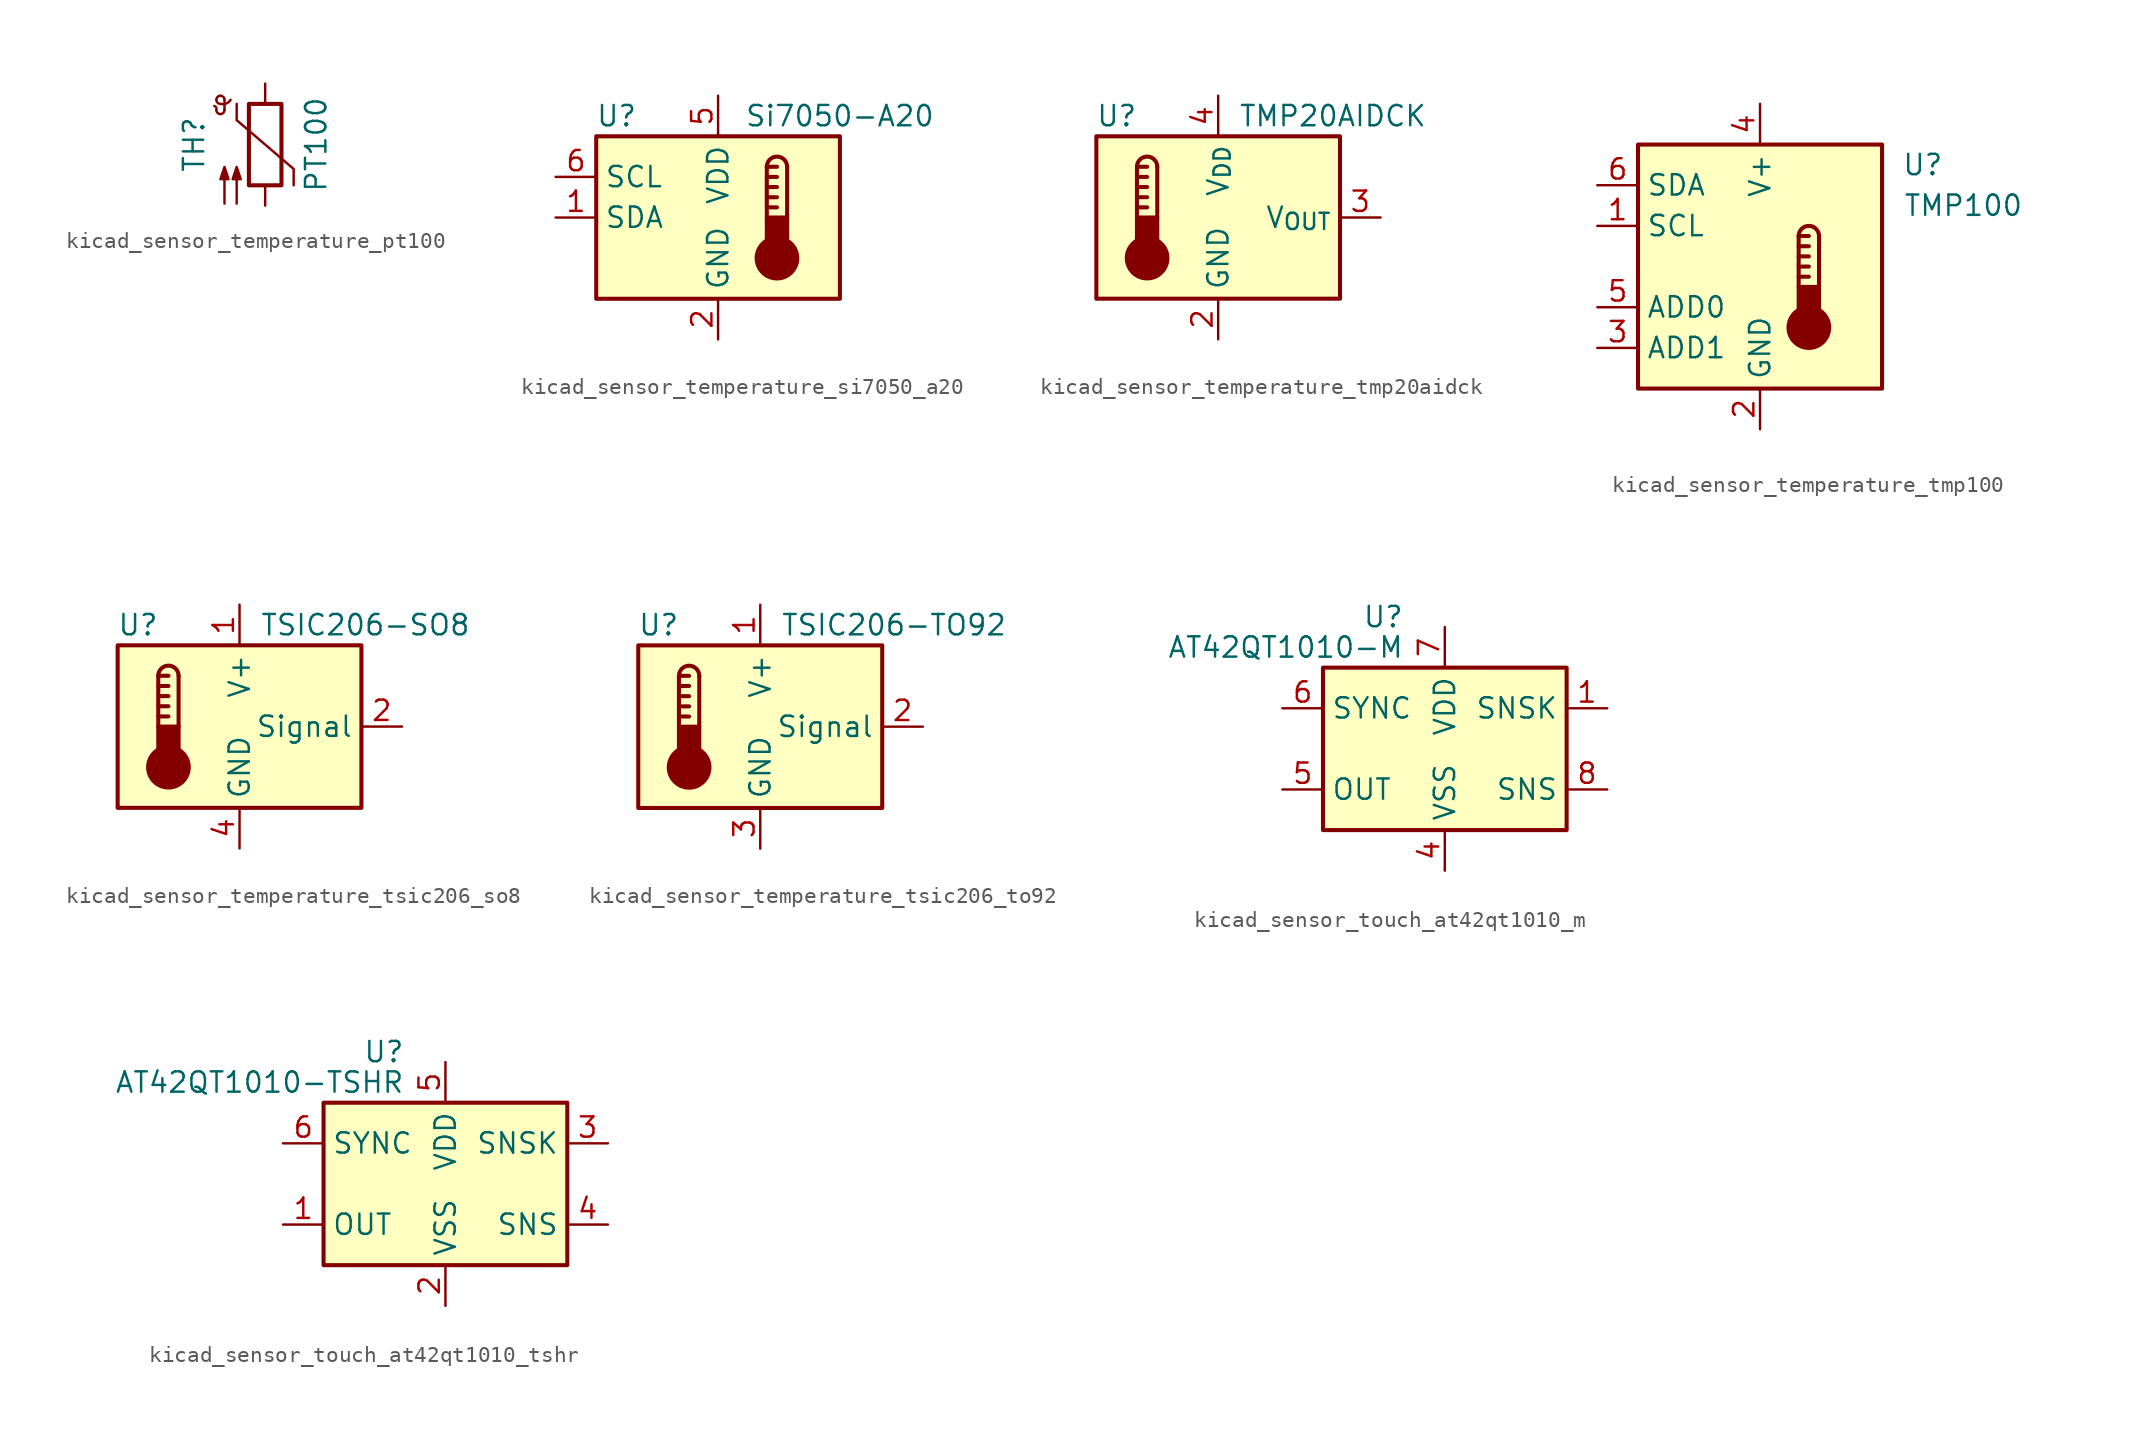
<source format=kicad_sym>
(kicad_symbol_lib
  (version 20220914)
  (generator kicad_symbol_editor)
  (symbol "kicad_sensor_temperature_pt100"
    (pin_numbers hide)
    (pin_names
      (offset 0))
    (property "Reference" "TH"
      (at -4.445 0 90)
      (effects (font (size 1.27 1.27))))
    (property "Value" "PT100"
      (at 3.175 0 90)
      (effects (font (size 1.27 1.27))))
    (symbol "kicad_sensor_temperature_pt100_0_1"
      (arc (start -3.048 2.159) (mid -3.0495 2.3143) (end -3.175 2.413) (stroke (width 0) (type default)) (fill (type none)))
      (arc (start -3.048 2.159) (mid -2.9736 1.9794) (end -2.794 1.905) (stroke (width 0) (type default)) (fill (type none)))
      (arc (start -3.048 2.794) (mid -2.9736 2.6144) (end -2.794 2.54) (stroke (width 0) (type default)) (fill (type none)))
      (arc (start -2.794 1.905) (mid -2.6144 1.9794) (end -2.54 2.159) (stroke (width 0) (type default)) (fill (type none)))
      (arc (start -2.794 2.54) (mid -2.4393 2.5587) (end -2.159 2.794) (stroke (width 0) (type default)) (fill (type none)))
      (arc (start -2.794 3.048) (mid -2.9736 2.9736) (end -3.048 2.794) (stroke (width 0) (type default)) (fill (type none)))
      (arc (start -2.54 2.794) (mid -2.6144 2.9736) (end -2.794 3.048) (stroke (width 0) (type default)) (fill (type none)))
      (rectangle (start -1.016 2.54) (end 1.016 -2.54) (stroke (width 0.254) (type default)) (fill (type none)))
      (polyline (pts (xy -2.54 2.159) (xy -2.54 2.794)) (stroke (width 0) (type default)) (fill (type none)))
      (polyline (pts (xy -1.778 2.54) (xy -1.778 1.524) (xy 1.778 -1.524) (xy 1.778 -2.54)) (stroke (width 0) (type default)) (fill (type none)))
      (polyline (pts (xy -2.54 -3.683) (xy -2.54 -1.397) (xy -2.794 -2.159) (xy -2.286 -2.159) (xy -2.54 -1.397) (xy -2.54 -1.651)) (stroke (width 0) (type default)) (fill (type outline)))
      (polyline (pts (xy -1.778 -3.683) (xy -1.778 -1.397) (xy -2.032 -2.159) (xy -1.524 -2.159) (xy -1.778 -1.397) (xy -1.778 -1.651)) (stroke (width 0) (type default)) (fill (type outline))))
    (symbol "kicad_sensor_temperature_pt100_1_1"
      (pin passive line (at 0 3.81 270) (length 1.27) (name "~" (effects (font (size 1.27 1.27)))) (number "1" (effects (font (size 1.27 1.27)))))
      (pin passive line (at 0 -3.81 90) (length 1.27) (name "~" (effects (font (size 1.27 1.27)))) (number "2" (effects (font (size 1.27 1.27)))))))
  (symbol "kicad_sensor_temperature_si7050_a20"
    (property "Reference" "U"
      (at -6.35 6.35 0)
      (effects (font (size 1.27 1.27))))
    (property "Value" "Si7050-A20"
      (at 7.62 6.35 0)
      (effects (font (size 1.27 1.27))))
    (symbol "kicad_sensor_temperature_si7050_a20_0_1"
      (rectangle (start -7.62 5.08) (end 7.62 -5.08) (stroke (width 0.254) (type default)) (fill (type background))))
    (symbol "kicad_sensor_temperature_si7050_a20_1_1"
      (polyline (pts (xy 3.048 0.635) (xy 3.683 0.635)) (stroke (width 0.254) (type default)) (fill (type none)))
      (polyline (pts (xy 3.048 1.27) (xy 3.683 1.27)) (stroke (width 0.254) (type default)) (fill (type none)))
      (polyline (pts (xy 3.048 1.905) (xy 3.683 1.905)) (stroke (width 0.254) (type default)) (fill (type none)))
      (polyline (pts (xy 3.048 2.54) (xy 3.683 2.54)) (stroke (width 0.254) (type default)) (fill (type none)))
      (polyline (pts (xy 3.048 3.175) (xy 3.048 0)) (stroke (width 0.254) (type default)) (fill (type none)))
      (polyline (pts (xy 3.048 3.175) (xy 3.683 3.175)) (stroke (width 0.254) (type default)) (fill (type none)))
      (polyline (pts (xy 4.318 3.175) (xy 4.318 0)) (stroke (width 0.254) (type default)) (fill (type none)))
      (circle (center 3.683 -2.54) (radius 1.27) (stroke (width 0.254) (type default)) (fill (type outline)))
      (rectangle (start 4.318 -1.905) (end 3.048 0) (stroke (width 0.254) (type default)) (fill (type outline)))
      (arc (start 4.318 3.175) (mid 3.683 3.8073) (end 3.048 3.175) (stroke (width 0.254) (type default)) (fill (type none)))
      (pin bidirectional line (at -10.16 0 0) (length 2.54) (name "SDA" (effects (font (size 1.27 1.27)))) (number "1" (effects (font (size 1.27 1.27)))))
      (pin power_in line (at 0 -7.62 90) (length 2.54) (name "GND" (effects (font (size 1.27 1.27)))) (number "2" (effects (font (size 1.27 1.27)))))
      (pin no_connect line (at 7.62 2.54 180) (length 2.54) hide (name "NC" (effects (font (size 1.27 1.27)))) (number "3" (effects (font (size 1.27 1.27)))))
      (pin no_connect line (at 7.62 -2.54 180) (length 2.54) hide (name "NC" (effects (font (size 1.27 1.27)))) (number "4" (effects (font (size 1.27 1.27)))))
      (pin power_in line (at 0 7.62 270) (length 2.54) (name "VDD" (effects (font (size 1.27 1.27)))) (number "5" (effects (font (size 1.27 1.27)))))
      (pin input line (at -10.16 2.54 0) (length 2.54) (name "SCL" (effects (font (size 1.27 1.27)))) (number "6" (effects (font (size 1.27 1.27)))))))
  (symbol "kicad_sensor_temperature_tmp20aidck"
    (property "Reference" "U"
      (at -6.35 6.35 0)
      (effects (font (size 1.27 1.27))))
    (property "Value" "TMP20AIDCK"
      (at 1.27 6.35 0)
      (effects (font (size 1.27 1.27)) (justify left)))
    (symbol "kicad_sensor_temperature_tmp20aidck_0_1"
      (rectangle (start -7.62 5.08) (end 7.62 -5.08) (stroke (width 0.254) (type default)) (fill (type background)))
      (circle (center -4.445 -2.54) (radius 1.27) (stroke (width 0.254) (type default)) (fill (type outline)))
      (rectangle (start -3.81 -1.905) (end -5.08 0) (stroke (width 0.254) (type default)) (fill (type outline)))
      (arc (start -3.81 3.175) (mid -4.445 3.8073) (end -5.08 3.175) (stroke (width 0.254) (type default)) (fill (type none)))
      (polyline (pts (xy -5.08 0.635) (xy -4.445 0.635)) (stroke (width 0.254) (type default)) (fill (type none)))
      (polyline (pts (xy -5.08 1.27) (xy -4.445 1.27)) (stroke (width 0.254) (type default)) (fill (type none)))
      (polyline (pts (xy -5.08 1.905) (xy -4.445 1.905)) (stroke (width 0.254) (type default)) (fill (type none)))
      (polyline (pts (xy -5.08 2.54) (xy -4.445 2.54)) (stroke (width 0.254) (type default)) (fill (type none)))
      (polyline (pts (xy -5.08 3.175) (xy -5.08 0)) (stroke (width 0.254) (type default)) (fill (type none)))
      (polyline (pts (xy -5.08 3.175) (xy -4.445 3.175)) (stroke (width 0.254) (type default)) (fill (type none)))
      (polyline (pts (xy -3.81 3.175) (xy -3.81 0)) (stroke (width 0.254) (type default)) (fill (type none))))
    (symbol "kicad_sensor_temperature_tmp20aidck_1_1"
      (pin no_connect line (at 10.16 -2.54 180) (length 2.54) hide (name "NC" (effects (font (size 1.27 1.27)))) (number "1" (effects (font (size 1.27 1.27)))))
      (pin power_in line (at 0 -7.62 90) (length 2.54) (name "GND" (effects (font (size 1.27 1.27)))) (number "2" (effects (font (size 1.27 1.27)))))
      (pin output line (at 10.16 0 180) (length 2.54) (name "V_{OUT}" (effects (font (size 1.27 1.27)))) (number "3" (effects (font (size 1.27 1.27)))))
      (pin power_in line (at 0 7.62 270) (length 2.54) (name "V_{DD}" (effects (font (size 1.27 1.27)))) (number "4" (effects (font (size 1.27 1.27)))))
      (pin passive line (at 0 -7.62 90) (length 2.54) hide (name "GND" (effects (font (size 1.27 1.27)))) (number "5" (effects (font (size 1.27 1.27)))))))
  (symbol "kicad_sensor_temperature_tmp100"
    (property "Reference" "U"
      (at 10.16 6.35 0)
      (effects (font (size 1.27 1.27))))
    (property "Value" "TMP100"
      (at 12.7 3.81 0)
      (effects (font (size 1.27 1.27))))
    (symbol "kicad_sensor_temperature_tmp100_0_1"
      (rectangle (start -7.62 7.62) (end 7.62 -7.62) (stroke (width 0.254) (type default)) (fill (type background))))
    (symbol "kicad_sensor_temperature_tmp100_1_1"
      (polyline (pts (xy 2.413 -0.635) (xy 3.048 -0.635)) (stroke (width 0.254) (type default)) (fill (type none)))
      (polyline (pts (xy 2.413 0) (xy 3.048 0)) (stroke (width 0.254) (type default)) (fill (type none)))
      (polyline (pts (xy 2.413 0.635) (xy 3.048 0.635)) (stroke (width 0.254) (type default)) (fill (type none)))
      (polyline (pts (xy 2.413 1.27) (xy 3.048 1.27)) (stroke (width 0.254) (type default)) (fill (type none)))
      (polyline (pts (xy 2.413 1.905) (xy 2.413 -1.27)) (stroke (width 0.254) (type default)) (fill (type none)))
      (polyline (pts (xy 2.413 1.905) (xy 3.048 1.905)) (stroke (width 0.254) (type default)) (fill (type none)))
      (polyline (pts (xy 3.683 1.905) (xy 3.683 -1.27)) (stroke (width 0.254) (type default)) (fill (type none)))
      (circle (center 3.048 -3.81) (radius 1.27) (stroke (width 0.254) (type default)) (fill (type outline)))
      (rectangle (start 3.683 -3.175) (end 2.413 -1.27) (stroke (width 0.254) (type default)) (fill (type outline)))
      (arc (start 3.683 1.905) (mid 3.048 2.5373) (end 2.413 1.905) (stroke (width 0.254) (type default)) (fill (type none)))
      (pin input line (at -10.16 2.54 0) (length 2.54) (name "SCL" (effects (font (size 1.27 1.27)))) (number "1" (effects (font (size 1.27 1.27)))))
      (pin power_in line (at 0 -10.16 90) (length 2.54) (name "GND" (effects (font (size 1.27 1.27)))) (number "2" (effects (font (size 1.27 1.27)))))
      (pin input line (at -10.16 -5.08 0) (length 2.54) (name "ADD1" (effects (font (size 1.27 1.27)))) (number "3" (effects (font (size 1.27 1.27)))))
      (pin power_in line (at 0 10.16 270) (length 2.54) (name "V+" (effects (font (size 1.27 1.27)))) (number "4" (effects (font (size 1.27 1.27)))))
      (pin input line (at -10.16 -2.54 0) (length 2.54) (name "ADD0" (effects (font (size 1.27 1.27)))) (number "5" (effects (font (size 1.27 1.27)))))
      (pin bidirectional line (at -10.16 5.08 0) (length 2.54) (name "SDA" (effects (font (size 1.27 1.27)))) (number "6" (effects (font (size 1.27 1.27)))))))
  (symbol "kicad_sensor_temperature_tsic206_so8"
    (property "Reference" "U"
      (at -6.35 6.35 0)
      (effects (font (size 1.27 1.27))))
    (property "Value" "TSIC206-SO8"
      (at 1.27 6.35 0)
      (effects (font (size 1.27 1.27)) (justify left)))
    (symbol "kicad_sensor_temperature_tsic206_so8_0_1"
      (rectangle (start -7.62 5.08) (end 7.62 -5.08) (stroke (width 0.254) (type default)) (fill (type background)))
      (circle (center -4.445 -2.54) (radius 1.27) (stroke (width 0.254) (type default)) (fill (type outline)))
      (rectangle (start -3.81 -1.905) (end -5.08 0) (stroke (width 0.254) (type default)) (fill (type outline)))
      (arc (start -3.81 3.175) (mid -4.445 3.8073) (end -5.08 3.175) (stroke (width 0.254) (type default)) (fill (type none)))
      (polyline (pts (xy -5.08 0.635) (xy -4.445 0.635)) (stroke (width 0.254) (type default)) (fill (type none)))
      (polyline (pts (xy -5.08 1.27) (xy -4.445 1.27)) (stroke (width 0.254) (type default)) (fill (type none)))
      (polyline (pts (xy -5.08 1.905) (xy -4.445 1.905)) (stroke (width 0.254) (type default)) (fill (type none)))
      (polyline (pts (xy -5.08 2.54) (xy -4.445 2.54)) (stroke (width 0.254) (type default)) (fill (type none)))
      (polyline (pts (xy -5.08 3.175) (xy -5.08 0)) (stroke (width 0.254) (type default)) (fill (type none)))
      (polyline (pts (xy -5.08 3.175) (xy -4.445 3.175)) (stroke (width 0.254) (type default)) (fill (type none)))
      (polyline (pts (xy -3.81 3.175) (xy -3.81 0)) (stroke (width 0.254) (type default)) (fill (type none))))
    (symbol "kicad_sensor_temperature_tsic206_so8_1_1"
      (pin power_in line (at 0 7.62 270) (length 2.54) (name "V+" (effects (font (size 1.27 1.27)))) (number "1" (effects (font (size 1.27 1.27)))))
      (pin output line (at 10.16 0 180) (length 2.54) (name "Signal" (effects (font (size 1.27 1.27)))) (number "2" (effects (font (size 1.27 1.27)))))
      (pin no_connect line (at 7.62 -2.54 180) (length 2.54) hide (name "NC" (effects (font (size 1.27 1.27)))) (number "3" (effects (font (size 1.27 1.27)))))
      (pin power_in line (at 0 -7.62 90) (length 2.54) (name "GND" (effects (font (size 1.27 1.27)))) (number "4" (effects (font (size 1.27 1.27)))))
      (pin no_connect line (at -5.08 -5.08 90) (length 2.54) hide (name "NC" (effects (font (size 1.27 1.27)))) (number "5" (effects (font (size 1.27 1.27)))))
      (pin no_connect line (at -2.54 -5.08 90) (length 2.54) hide (name "NC" (effects (font (size 1.27 1.27)))) (number "6" (effects (font (size 1.27 1.27)))))
      (pin no_connect line (at 2.54 -5.08 90) (length 2.54) hide (name "NC" (effects (font (size 1.27 1.27)))) (number "7" (effects (font (size 1.27 1.27)))))
      (pin no_connect line (at 5.08 -5.08 90) (length 2.54) hide (name "NC" (effects (font (size 1.27 1.27)))) (number "8" (effects (font (size 1.27 1.27)))))))
  (symbol "kicad_sensor_temperature_tsic206_to92"
    (property "Reference" "U"
      (at -6.35 6.35 0)
      (effects (font (size 1.27 1.27))))
    (property "Value" "TSIC206-TO92"
      (at 1.27 6.35 0)
      (effects (font (size 1.27 1.27)) (justify left)))
    (symbol "kicad_sensor_temperature_tsic206_to92_0_1"
      (rectangle (start -7.62 5.08) (end 7.62 -5.08) (stroke (width 0.254) (type default)) (fill (type background)))
      (circle (center -4.445 -2.54) (radius 1.27) (stroke (width 0.254) (type default)) (fill (type outline)))
      (rectangle (start -3.81 -1.905) (end -5.08 0) (stroke (width 0.254) (type default)) (fill (type outline)))
      (arc (start -3.81 3.175) (mid -4.445 3.8073) (end -5.08 3.175) (stroke (width 0.254) (type default)) (fill (type none)))
      (polyline (pts (xy -5.08 0.635) (xy -4.445 0.635)) (stroke (width 0.254) (type default)) (fill (type none)))
      (polyline (pts (xy -5.08 1.27) (xy -4.445 1.27)) (stroke (width 0.254) (type default)) (fill (type none)))
      (polyline (pts (xy -5.08 1.905) (xy -4.445 1.905)) (stroke (width 0.254) (type default)) (fill (type none)))
      (polyline (pts (xy -5.08 2.54) (xy -4.445 2.54)) (stroke (width 0.254) (type default)) (fill (type none)))
      (polyline (pts (xy -5.08 3.175) (xy -5.08 0)) (stroke (width 0.254) (type default)) (fill (type none)))
      (polyline (pts (xy -5.08 3.175) (xy -4.445 3.175)) (stroke (width 0.254) (type default)) (fill (type none)))
      (polyline (pts (xy -3.81 3.175) (xy -3.81 0)) (stroke (width 0.254) (type default)) (fill (type none))))
    (symbol "kicad_sensor_temperature_tsic206_to92_1_1"
      (pin power_in line (at 0 7.62 270) (length 2.54) (name "V+" (effects (font (size 1.27 1.27)))) (number "1" (effects (font (size 1.27 1.27)))))
      (pin output line (at 10.16 0 180) (length 2.54) (name "Signal" (effects (font (size 1.27 1.27)))) (number "2" (effects (font (size 1.27 1.27)))))
      (pin power_in line (at 0 -7.62 90) (length 2.54) (name "GND" (effects (font (size 1.27 1.27)))) (number "3" (effects (font (size 1.27 1.27)))))))
  (symbol "kicad_sensor_touch_at42qt1010_m"
    (property "Reference" "U"
      (at -2.54 8.255 0)
      (effects (font (size 1.27 1.27)) (justify right)))
    (property "Value" "AT42QT1010-M"
      (at -2.54 6.35 0)
      (effects (font (size 1.27 1.27)) (justify right)))
    (symbol "kicad_sensor_touch_at42qt1010_m_0_1"
      (rectangle (start -7.62 5.08) (end 7.62 -5.08) (stroke (width 0.254) (type default)) (fill (type background))))
    (symbol "kicad_sensor_touch_at42qt1010_m_1_1"
      (pin passive line (at 10.16 2.54 180) (length 2.54) (name "SNSK" (effects (font (size 1.27 1.27)))) (number "1" (effects (font (size 1.27 1.27)))))
      (pin no_connect line (at -7.62 0 0) (length 2.54) hide (name "NC" (effects (font (size 1.27 1.27)))) (number "2" (effects (font (size 1.27 1.27)))))
      (pin no_connect line (at 7.62 0 180) (length 2.54) hide (name "NC" (effects (font (size 1.27 1.27)))) (number "3" (effects (font (size 1.27 1.27)))))
      (pin power_in line (at 0 -7.62 90) (length 2.54) (name "VSS" (effects (font (size 1.27 1.27)))) (number "4" (effects (font (size 1.27 1.27)))))
      (pin output line (at -10.16 -2.54 0) (length 2.54) (name "OUT" (effects (font (size 1.27 1.27)))) (number "5" (effects (font (size 1.27 1.27)))))
      (pin input line (at -10.16 2.54 0) (length 2.54) (name "SYNC" (effects (font (size 1.27 1.27)))) (number "6" (effects (font (size 1.27 1.27)))))
      (pin power_in line (at 0 7.62 270) (length 2.54) (name "VDD" (effects (font (size 1.27 1.27)))) (number "7" (effects (font (size 1.27 1.27)))))
      (pin passive line (at 10.16 -2.54 180) (length 2.54) (name "SNS" (effects (font (size 1.27 1.27)))) (number "8" (effects (font (size 1.27 1.27)))))
      (pin passive line (at 0 -7.62 90) (length 2.54) hide (name "VSS" (effects (font (size 1.27 1.27)))) (number "9" (effects (font (size 1.27 1.27)))))))
  (symbol "kicad_sensor_touch_at42qt1010_tshr"
    (property "Reference" "U"
      (at -2.54 8.255 0)
      (effects (font (size 1.27 1.27)) (justify right)))
    (property "Value" "AT42QT1010-TSHR"
      (at -2.54 6.35 0)
      (effects (font (size 1.27 1.27)) (justify right)))
    (symbol "kicad_sensor_touch_at42qt1010_tshr_0_1"
      (rectangle (start -7.62 5.08) (end 7.62 -5.08) (stroke (width 0.254) (type default)) (fill (type background))))
    (symbol "kicad_sensor_touch_at42qt1010_tshr_1_1"
      (pin output line (at -10.16 -2.54 0) (length 2.54) (name "OUT" (effects (font (size 1.27 1.27)))) (number "1" (effects (font (size 1.27 1.27)))))
      (pin power_in line (at 0 -7.62 90) (length 2.54) (name "VSS" (effects (font (size 1.27 1.27)))) (number "2" (effects (font (size 1.27 1.27)))))
      (pin passive line (at 10.16 2.54 180) (length 2.54) (name "SNSK" (effects (font (size 1.27 1.27)))) (number "3" (effects (font (size 1.27 1.27)))))
      (pin passive line (at 10.16 -2.54 180) (length 2.54) (name "SNS" (effects (font (size 1.27 1.27)))) (number "4" (effects (font (size 1.27 1.27)))))
      (pin power_in line (at 0 7.62 270) (length 2.54) (name "VDD" (effects (font (size 1.27 1.27)))) (number "5" (effects (font (size 1.27 1.27)))))
      (pin input line (at -10.16 2.54 0) (length 2.54) (name "SYNC" (effects (font (size 1.27 1.27)))) (number "6" (effects (font (size 1.27 1.27))))))))
</source>
